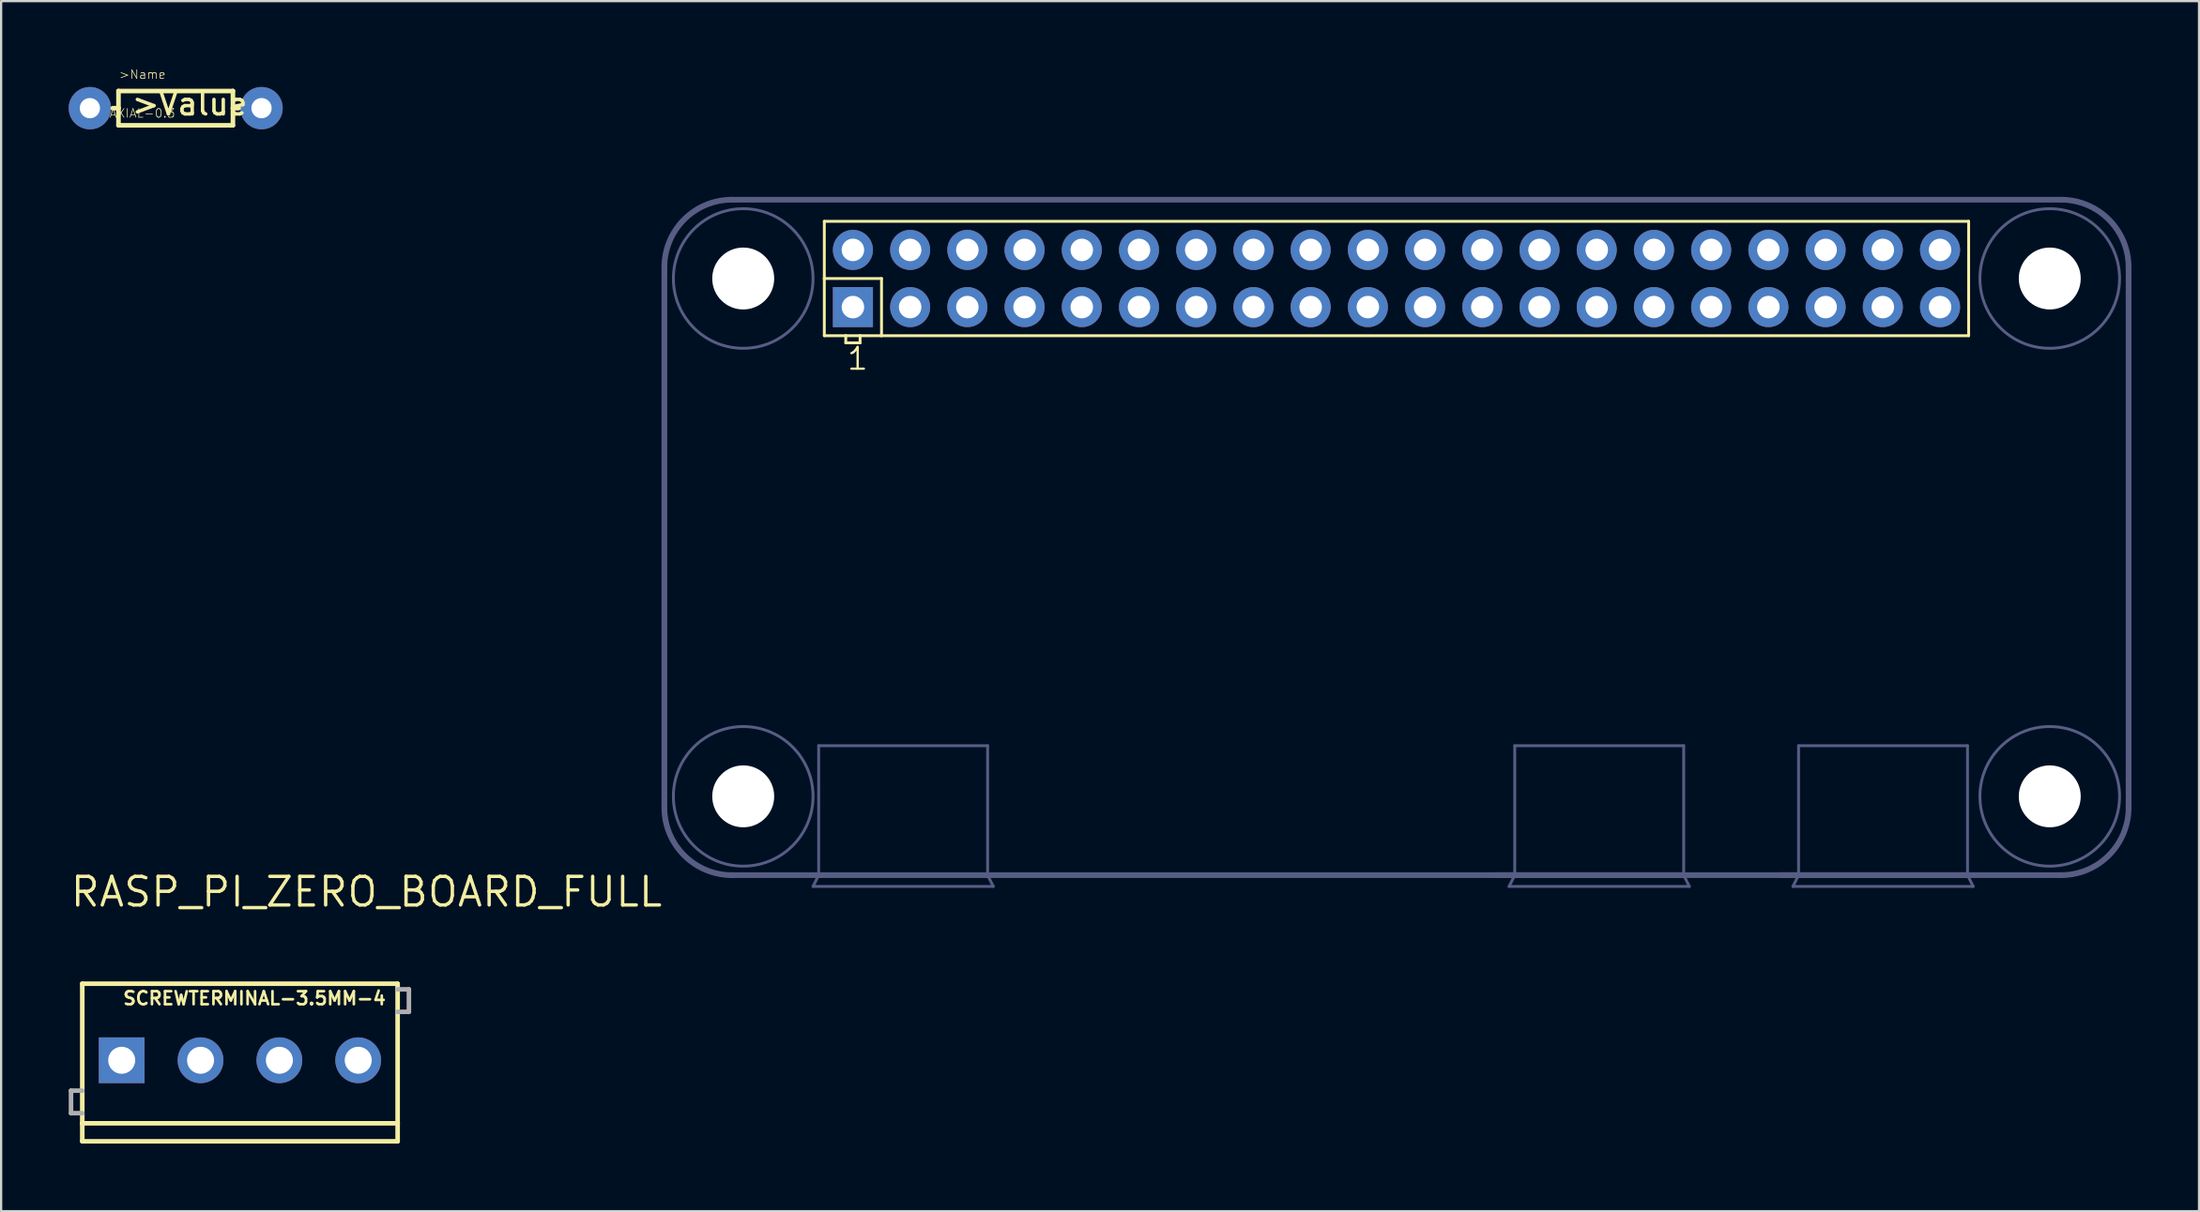
<source format=kicad_pcb>
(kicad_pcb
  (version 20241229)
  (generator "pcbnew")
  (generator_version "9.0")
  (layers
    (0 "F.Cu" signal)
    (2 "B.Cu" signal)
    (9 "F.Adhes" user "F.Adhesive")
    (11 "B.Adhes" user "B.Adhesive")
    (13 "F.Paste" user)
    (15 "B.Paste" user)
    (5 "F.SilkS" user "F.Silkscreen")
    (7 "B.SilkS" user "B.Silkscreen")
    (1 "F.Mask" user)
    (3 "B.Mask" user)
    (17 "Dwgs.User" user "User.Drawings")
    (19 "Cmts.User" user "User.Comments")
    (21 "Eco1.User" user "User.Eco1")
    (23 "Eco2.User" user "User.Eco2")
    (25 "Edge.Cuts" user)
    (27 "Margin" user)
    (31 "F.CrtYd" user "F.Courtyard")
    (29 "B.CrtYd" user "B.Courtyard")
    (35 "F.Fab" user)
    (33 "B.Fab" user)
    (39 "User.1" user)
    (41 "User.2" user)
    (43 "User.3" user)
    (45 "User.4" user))
  (footprint "RASP_PI_ZERO_BOARD_FULL"
    (layer "F.Cu")
    (at 26.443 35.82)
    (property "Reference" "RASP_PI_ZERO_BOARD_FULL" (at 0 0 0) (layer "F.SilkS") (effects (font (size 1.27 1.27) (thickness 0.15)) (justify right top)))
    (attr through_hole)
    (fp_line (start 7.1 -29.04) (end 7.1 -26.5) (stroke (width 0.127) (type solid)) (layer "F.SilkS"))
    (fp_line (start 7.1 -26.5) (end 7.1 -23.96) (stroke (width 0.127) (type solid)) (layer "F.SilkS"))
    (fp_line (start 7.1 -26.5) (end 9.64 -26.5) (stroke (width 0.127) (type solid)) (layer "F.SilkS"))
    (fp_line (start 7.1 -23.96) (end 8.053 -23.96) (stroke (width 0.127) (type solid)) (layer "F.SilkS"))
    (fp_line (start 8.053 -23.96) (end 8.053 -23.642) (stroke (width 0.127) (type solid)) (layer "F.SilkS"))
    (fp_line (start 8.053 -23.96) (end 8.688 -23.96) (stroke (width 0.127) (type solid)) (layer "F.SilkS"))
    (fp_line (start 8.053 -23.642) (end 8.688 -23.642) (stroke (width 0.127) (type solid)) (layer "F.SilkS"))
    (fp_line (start 8.688 -23.96) (end 9.64 -23.96) (stroke (width 0.127) (type solid)) (layer "F.SilkS"))
    (fp_line (start 8.688 -23.642) (end 8.688 -23.96) (stroke (width 0.127) (type solid)) (layer "F.SilkS"))
    (fp_line (start 9.64 -26.5) (end 9.64 -23.96) (stroke (width 0.127) (type solid)) (layer "F.SilkS"))
    (fp_line (start 9.64 -23.96) (end 57.9 -23.96) (stroke (width 0.127) (type solid)) (layer "F.SilkS"))
    (fp_line (start 57.9 -29.04) (end 7.1 -29.04) (stroke (width 0.127) (type solid)) (layer "F.SilkS"))
    (fp_line (start 57.9 -23.96) (end 57.9 -29.04) (stroke (width 0.127) (type solid)) (layer "F.SilkS"))
    (fp_line (start 0 -27) (end 0 -3) (stroke (width 0.254) (type solid)) (layer "B.Fab"))
    (fp_line (start 3 0) (end 6.85 0) (stroke (width 0.254) (type solid)) (layer "B.Fab"))
    (fp_line (start 6.6 0.5) (end 14.6 0.5) (stroke (width 0.127) (type solid)) (layer "B.Fab"))
    (fp_line (start 6.85 -5.75) (end 14.35 -5.75) (stroke (width 0.127) (type solid)) (layer "B.Fab"))
    (fp_line (start 6.85 0) (end 6.6 0.5) (stroke (width 0.127) (type solid)) (layer "B.Fab"))
    (fp_line (start 6.85 0) (end 6.85 -5.75) (stroke (width 0.127) (type solid)) (layer "B.Fab"))
    (fp_line (start 6.85 0) (end 14.35 0) (stroke (width 0.254) (type solid)) (layer "B.Fab"))
    (fp_line (start 14.35 -5.75) (end 14.35 0) (stroke (width 0.127) (type solid)) (layer "B.Fab"))
    (fp_line (start 14.35 0) (end 62 0) (stroke (width 0.254) (type solid)) (layer "B.Fab"))
    (fp_line (start 14.6 0.5) (end 14.35 0) (stroke (width 0.127) (type solid)) (layer "B.Fab"))
    (fp_line (start 36.9 0) (end 37.75 0) (stroke (width 0.254) (type solid)) (layer "B.Fab"))
    (fp_line (start 37.5 0.5) (end 45.5 0.5) (stroke (width 0.127) (type solid)) (layer "B.Fab"))
    (fp_line (start 37.75 -5.75) (end 45.25 -5.75) (stroke (width 0.127) (type solid)) (layer "B.Fab"))
    (fp_line (start 37.75 0) (end 37.5 0.5) (stroke (width 0.127) (type solid)) (layer "B.Fab"))
    (fp_line (start 37.75 0) (end 37.75 -5.75) (stroke (width 0.127) (type solid)) (layer "B.Fab"))
    (fp_line (start 37.75 0) (end 45.25 0) (stroke (width 0.254) (type solid)) (layer "B.Fab"))
    (fp_line (start 45.25 -5.75) (end 45.25 0) (stroke (width 0.127) (type solid)) (layer "B.Fab"))
    (fp_line (start 45.5 0.5) (end 45.25 0) (stroke (width 0.127) (type solid)) (layer "B.Fab"))
    (fp_line (start 49.5 0) (end 50.35 0) (stroke (width 0.254) (type solid)) (layer "B.Fab"))
    (fp_line (start 50.1 0.5) (end 58.1 0.5) (stroke (width 0.127) (type solid)) (layer "B.Fab"))
    (fp_line (start 50.35 -5.75) (end 57.85 -5.75) (stroke (width 0.127) (type solid)) (layer "B.Fab"))
    (fp_line (start 50.35 0) (end 50.1 0.5) (stroke (width 0.127) (type solid)) (layer "B.Fab"))
    (fp_line (start 50.35 0) (end 50.35 -5.75) (stroke (width 0.127) (type solid)) (layer "B.Fab"))
    (fp_line (start 50.35 0) (end 57.85 0) (stroke (width 0.254) (type solid)) (layer "B.Fab"))
    (fp_line (start 57.85 -5.75) (end 57.85 0) (stroke (width 0.127) (type solid)) (layer "B.Fab"))
    (fp_line (start 58.1 0.5) (end 57.85 0) (stroke (width 0.127) (type solid)) (layer "B.Fab"))
    (fp_line (start 62 -30) (end 3 -30) (stroke (width 0.254) (type solid)) (layer "B.Fab"))
    (fp_line (start 65 -3) (end 65 -27) (stroke (width 0.254) (type solid)) (layer "B.Fab"))
    (fp_arc (start 0 -27) (mid 0.87868 -29.12132) (end 3 -30) (stroke (width 0.254) (type solid)) (layer "B.Fab"))
    (fp_arc (start 3 0) (mid 0.87868 -0.87868) (end 0 -3) (stroke (width 0.254) (type solid)) (layer "B.Fab"))
    (fp_arc (start 62 -30) (mid 64.12132 -29.12132) (end 65 -27) (stroke (width 0.254) (type solid)) (layer "B.Fab"))
    (fp_arc (start 65 -3) (mid 64.12132 -0.87868) (end 62 0) (stroke (width 0.254) (type solid)) (layer "B.Fab"))
    (fp_circle (center 3.5 -26.5) (end 6.6 -26.5) (stroke (width 0.127) (type solid)) (fill no) (layer "B.Fab"))
    (fp_circle (center 3.5 -3.5) (end 6.6 -3.5) (stroke (width 0.127) (type solid)) (fill no) (layer "B.Fab"))
    (fp_circle (center 61.5 -26.5) (end 64.6 -26.5) (stroke (width 0.127) (type solid)) (fill no) (layer "B.Fab"))
    (fp_circle (center 61.5 -3.5) (end 64.6 -3.5) (stroke (width 0.127) (type solid)) (fill no) (layer "B.Fab"))
    (fp_text user "1" (at 8.053 -22.372 0) (layer "F.SilkS") (effects (font (size 0.965 0.965) (thickness 0.102)) (justify left bottom)))
    (pad "" np_thru_hole circle (at 3.5 -26.5) (size 2.75 2.75) (drill 2.75) (layers "*.Cu" "*.Mask"))
    (pad "" np_thru_hole circle (at 3.5 -3.5) (size 2.75 2.75) (drill 2.75) (layers "*.Cu" "*.Mask"))
    (pad "" np_thru_hole circle (at 61.5 -26.5) (size 2.75 2.75) (drill 2.75) (layers "*.Cu" "*.Mask"))
    (pad "" np_thru_hole circle (at 61.5 -3.5) (size 2.75 2.75) (drill 2.75) (layers "*.Cu" "*.Mask"))
    (pad "1" thru_hole rect (at 8.37 -25.23) (size 1.778 1.778) (drill 1) (layers "*.Cu" "*.Mask"))
    (pad "2" thru_hole circle (at 8.37 -27.77) (size 1.778 1.778) (drill 1) (layers "*.Cu" "*.Mask"))
    (pad "3" thru_hole circle (at 10.91 -25.23) (size 1.778 1.778) (drill 1) (layers "*.Cu" "*.Mask"))
    (pad "4" thru_hole circle (at 10.91 -27.77) (size 1.778 1.778) (drill 1) (layers "*.Cu" "*.Mask"))
    (pad "5" thru_hole circle (at 13.45 -25.23) (size 1.778 1.778) (drill 1) (layers "*.Cu" "*.Mask"))
    (pad "6" thru_hole circle (at 13.45 -27.77) (size 1.778 1.778) (drill 1) (layers "*.Cu" "*.Mask"))
    (pad "7" thru_hole circle (at 15.99 -25.23) (size 1.778 1.778) (drill 1) (layers "*.Cu" "*.Mask"))
    (pad "8" thru_hole circle (at 15.99 -27.77) (size 1.778 1.778) (drill 1) (layers "*.Cu" "*.Mask"))
    (pad "9" thru_hole circle (at 18.53 -25.23) (size 1.778 1.778) (drill 1) (layers "*.Cu" "*.Mask"))
    (pad "10" thru_hole circle (at 18.53 -27.77) (size 1.778 1.778) (drill 1) (layers "*.Cu" "*.Mask"))
    (pad "11" thru_hole circle (at 21.07 -25.23) (size 1.778 1.778) (drill 1) (layers "*.Cu" "*.Mask"))
    (pad "12" thru_hole circle (at 21.07 -27.77) (size 1.778 1.778) (drill 1) (layers "*.Cu" "*.Mask"))
    (pad "13" thru_hole circle (at 23.61 -25.23) (size 1.778 1.778) (drill 1) (layers "*.Cu" "*.Mask"))
    (pad "14" thru_hole circle (at 23.61 -27.77) (size 1.778 1.778) (drill 1) (layers "*.Cu" "*.Mask"))
    (pad "15" thru_hole circle (at 26.15 -25.23) (size 1.778 1.778) (drill 1) (layers "*.Cu" "*.Mask"))
    (pad "16" thru_hole circle (at 26.15 -27.77) (size 1.778 1.778) (drill 1) (layers "*.Cu" "*.Mask"))
    (pad "17" thru_hole circle (at 28.69 -25.23) (size 1.778 1.778) (drill 1) (layers "*.Cu" "*.Mask"))
    (pad "18" thru_hole circle (at 28.69 -27.77) (size 1.778 1.778) (drill 1) (layers "*.Cu" "*.Mask"))
    (pad "19" thru_hole circle (at 31.23 -25.23) (size 1.778 1.778) (drill 1) (layers "*.Cu" "*.Mask"))
    (pad "20" thru_hole circle (at 31.23 -27.77) (size 1.778 1.778) (drill 1) (layers "*.Cu" "*.Mask"))
    (pad "21" thru_hole circle (at 33.77 -25.23) (size 1.778 1.778) (drill 1) (layers "*.Cu" "*.Mask"))
    (pad "22" thru_hole circle (at 33.77 -27.77) (size 1.778 1.778) (drill 1) (layers "*.Cu" "*.Mask"))
    (pad "23" thru_hole circle (at 36.31 -25.23) (size 1.778 1.778) (drill 1) (layers "*.Cu" "*.Mask"))
    (pad "24" thru_hole circle (at 36.31 -27.77) (size 1.778 1.778) (drill 1) (layers "*.Cu" "*.Mask"))
    (pad "25" thru_hole circle (at 38.85 -25.23) (size 1.778 1.778) (drill 1) (layers "*.Cu" "*.Mask"))
    (pad "26" thru_hole circle (at 38.85 -27.77) (size 1.778 1.778) (drill 1) (layers "*.Cu" "*.Mask"))
    (pad "27" thru_hole circle (at 41.39 -25.23) (size 1.778 1.778) (drill 1) (layers "*.Cu" "*.Mask"))
    (pad "28" thru_hole circle (at 41.39 -27.77) (size 1.778 1.778) (drill 1) (layers "*.Cu" "*.Mask"))
    (pad "29" thru_hole circle (at 43.93 -25.23) (size 1.778 1.778) (drill 1) (layers "*.Cu" "*.Mask"))
    (pad "30" thru_hole circle (at 43.93 -27.77) (size 1.778 1.778) (drill 1) (layers "*.Cu" "*.Mask"))
    (pad "31" thru_hole circle (at 46.47 -25.23) (size 1.778 1.778) (drill 1) (layers "*.Cu" "*.Mask"))
    (pad "32" thru_hole circle (at 46.47 -27.77) (size 1.778 1.778) (drill 1) (layers "*.Cu" "*.Mask"))
    (pad "33" thru_hole circle (at 49.01 -25.23) (size 1.778 1.778) (drill 1) (layers "*.Cu" "*.Mask"))
    (pad "34" thru_hole circle (at 49.01 -27.77) (size 1.778 1.778) (drill 1) (layers "*.Cu" "*.Mask"))
    (pad "35" thru_hole circle (at 51.55 -25.23) (size 1.778 1.778) (drill 1) (layers "*.Cu" "*.Mask"))
    (pad "36" thru_hole circle (at 51.55 -27.77) (size 1.778 1.778) (drill 1) (layers "*.Cu" "*.Mask"))
    (pad "37" thru_hole circle (at 54.09 -25.23) (size 1.778 1.778) (drill 1) (layers "*.Cu" "*.Mask"))
    (pad "38" thru_hole circle (at 54.09 -27.77) (size 1.778 1.778) (drill 1) (layers "*.Cu" "*.Mask"))
    (pad "39" thru_hole circle (at 56.63 -25.23) (size 1.778 1.778) (drill 1) (layers "*.Cu" "*.Mask"))
    (pad "40" thru_hole circle (at 56.63 -27.77) (size 1.778 1.778) (drill 1) (layers "*.Cu" "*.Mask")))
  (footprint "SCREWTERMINAL-3.5MM-4"
    (layer "F.Cu")
    (at 2.352 44.042)
    (property "Reference" "SCREWTERMINAL-3.5MM-4" (at 0 -2.413 0) (layer "F.SilkS") (effects (font (size 0.579 0.579) (thickness 0.116)) (justify left bottom)))
    (attr through_hole)
    (fp_line (start -1.75 -3.4) (end 12.25 -3.4) (stroke (width 0.203) (type solid)) (layer "F.SilkS"))
    (fp_line (start -1.75 2.8) (end -1.75 -3.4) (stroke (width 0.203) (type solid)) (layer "F.SilkS"))
    (fp_line (start -1.75 3.6) (end -1.75 2.8) (stroke (width 0.203) (type solid)) (layer "F.SilkS"))
    (fp_line (start 12.25 -3.4) (end 12.25 2.8) (stroke (width 0.203) (type solid)) (layer "F.SilkS"))
    (fp_line (start 12.25 2.8) (end -1.75 2.8) (stroke (width 0.203) (type solid)) (layer "F.SilkS"))
    (fp_line (start 12.25 2.8) (end 12.25 3.6) (stroke (width 0.203) (type solid)) (layer "F.SilkS"))
    (fp_line (start 12.25 3.6) (end -1.75 3.6) (stroke (width 0.203) (type solid)) (layer "F.SilkS"))
    (fp_line (start -2.25 1.35) (end -2.25 2.35) (stroke (width 0.203) (type solid)) (layer "F.Fab"))
    (fp_line (start -2.25 2.35) (end -1.75 2.35) (stroke (width 0.203) (type solid)) (layer "F.Fab"))
    (fp_line (start -1.75 1.35) (end -2.25 1.35) (stroke (width 0.203) (type solid)) (layer "F.Fab"))
    (fp_line (start 12.25 -3.15) (end 12.75 -3.15) (stroke (width 0.203) (type solid)) (layer "F.Fab"))
    (fp_line (start 12.75 -3.15) (end 12.75 -2.15) (stroke (width 0.203) (type solid)) (layer "F.Fab"))
    (fp_line (start 12.75 -2.15) (end 12.25 -2.15) (stroke (width 0.203) (type solid)) (layer "F.Fab"))
    (fp_circle (center 0 0) (end 0.425 0) (stroke (width 0.001) (type solid)) (fill no) (layer "F.Fab"))
    (fp_circle (center 3.5 0) (end 3.925 0) (stroke (width 0.001) (type solid)) (fill no) (layer "F.Fab"))
    (fp_circle (center 7 0) (end 7.425 0) (stroke (width 0.001) (type solid)) (fill no) (layer "F.Fab"))
    (fp_circle (center 10.5 0) (end 10.925 0) (stroke (width 0.001) (type solid)) (fill no) (layer "F.Fab"))
    (pad "1" thru_hole rect (at 0 0) (size 2.032 2.032) (drill 1.2) (layers "*.Cu" "*.Mask"))
    (pad "2" thru_hole circle (at 3.5 0) (size 2.032 2.032) (drill 1.2) (layers "*.Cu" "*.Mask"))
    (pad "3" thru_hole circle (at 7 0) (size 2.032 2.032) (drill 1.2) (layers "*.Cu" "*.Mask"))
    (pad "4" thru_hole circle (at 10.5 0) (size 2.032 2.032) (drill 1.2) (layers "*.Cu" "*.Mask")))
  (footprint "AXIAL-0.3"
    (layer "F.Cu")
    (at 4.75 1.754)
    (property "Reference" "AXIAL-0.3" (at 0 0 180) (layer "F.SilkS") (effects (font (size 0.386 0.386) (thickness 0.031)) (justify right top)))
    (attr through_hole)
    (fp_line (start -2.54 -0.762) (end 2.54 -0.762) (stroke (width 0.203) (type solid)) (layer "F.SilkS"))
    (fp_line (start -2.54 0) (end -2.794 0) (stroke (width 0.203) (type solid)) (layer "F.SilkS"))
    (fp_line (start -2.54 0) (end -2.54 -0.762) (stroke (width 0.203) (type solid)) (layer "F.SilkS"))
    (fp_line (start -2.54 0.762) (end -2.54 0) (stroke (width 0.203) (type solid)) (layer "F.SilkS"))
    (fp_line (start 2.54 -0.762) (end 2.54 0) (stroke (width 0.203) (type solid)) (layer "F.SilkS"))
    (fp_line (start 2.54 0) (end 2.54 0.762) (stroke (width 0.203) (type solid)) (layer "F.SilkS"))
    (fp_line (start 2.54 0) (end 2.794 0) (stroke (width 0.203) (type solid)) (layer "F.SilkS"))
    (fp_line (start 2.54 0.762) (end -2.54 0.762) (stroke (width 0.203) (type solid)) (layer "F.SilkS"))
    (fp_text user ">Name" (at -2.54 -1.27 0) (layer "F.SilkS") (effects (font (size 0.386 0.386) (thickness 0.033)) (justify left bottom)))
    (fp_text user ">Value" (at -2.032 0.381 0) (layer "F.SilkS") (effects (font (size 0.965 0.965) (thickness 0.152)) (justify left bottom)))
    (pad "P$1" thru_hole circle (at -3.81 0) (size 1.88 1.88) (drill 0.9) (layers "*.Cu" "*.Mask"))
    (pad "P$2" thru_hole circle (at 3.81 0) (size 1.88 1.88) (drill 0.9) (layers "*.Cu" "*.Mask")))
  (gr_rect
    (start -3 -3)
    (end 94.57 50.744)
    (stroke (width 0.1) (type default))
    (fill no)
    (layer "Edge.Cuts")))
</source>
